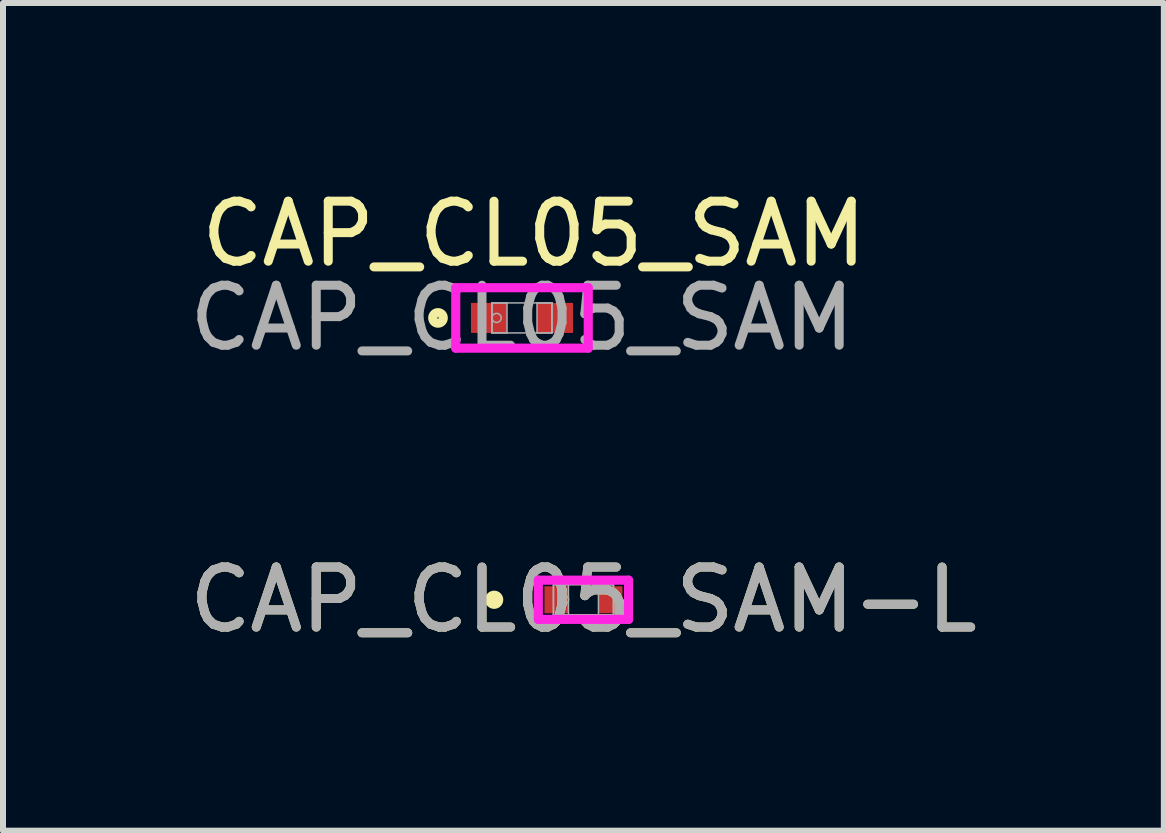
<source format=kicad_pcb>
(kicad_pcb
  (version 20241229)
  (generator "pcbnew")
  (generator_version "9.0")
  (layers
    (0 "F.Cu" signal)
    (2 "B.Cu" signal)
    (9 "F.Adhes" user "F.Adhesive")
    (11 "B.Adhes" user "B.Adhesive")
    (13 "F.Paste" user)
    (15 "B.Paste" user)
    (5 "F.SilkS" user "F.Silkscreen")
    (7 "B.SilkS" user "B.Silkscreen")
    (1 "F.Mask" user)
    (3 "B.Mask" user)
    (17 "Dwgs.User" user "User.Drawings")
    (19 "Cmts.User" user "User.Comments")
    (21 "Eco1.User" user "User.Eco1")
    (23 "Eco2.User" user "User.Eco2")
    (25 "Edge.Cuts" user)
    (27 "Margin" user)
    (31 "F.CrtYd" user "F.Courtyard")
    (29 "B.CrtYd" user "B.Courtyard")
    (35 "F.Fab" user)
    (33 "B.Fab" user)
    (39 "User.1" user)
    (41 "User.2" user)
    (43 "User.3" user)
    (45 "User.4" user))
  (footprint "CAP_CL05_SAM-L"
    (layer "F.Cu")
    (at 6.673 6.945)
    (property "Reference" "CAP_CL05_SAM-L" (at 0 0 0) (unlocked yes) (layer "F.SilkS") (effects (font (size 1 1) (thickness 0.15))))
    (attr smd)
    (fp_circle (center -1.488 0) (end -1.412 0) (stroke (width 0.152) (type solid)) (fill no) (layer "F.SilkS"))
    (fp_line (start -0.752 -0.327) (end 0.752 -0.327) (stroke (width 0.152) (type solid)) (layer "F.CrtYd"))
    (fp_line (start -0.752 0.327) (end -0.752 -0.327) (stroke (width 0.152) (type solid)) (layer "F.CrtYd"))
    (fp_line (start 0.752 -0.327) (end 0.752 0.327) (stroke (width 0.152) (type solid)) (layer "F.CrtYd"))
    (fp_line (start 0.752 0.327) (end -0.752 0.327) (stroke (width 0.152) (type solid)) (layer "F.CrtYd"))
    (fp_line (start -0.5 -0.25) (end -0.5 0.25) (stroke (width 0.025) (type solid)) (layer "F.Fab"))
    (fp_line (start -0.5 -0.25) (end -0.5 0.25) (stroke (width 0.025) (type solid)) (layer "F.Fab"))
    (fp_line (start -0.5 0.25) (end -0.25 0.25) (stroke (width 0.025) (type solid)) (layer "F.Fab"))
    (fp_line (start -0.5 0.25) (end 0.5 0.25) (stroke (width 0.025) (type solid)) (layer "F.Fab"))
    (fp_line (start -0.25 -0.25) (end -0.5 -0.25) (stroke (width 0.025) (type solid)) (layer "F.Fab"))
    (fp_line (start -0.25 0.25) (end -0.25 -0.25) (stroke (width 0.025) (type solid)) (layer "F.Fab"))
    (fp_line (start 0.25 -0.25) (end 0.25 0.25) (stroke (width 0.025) (type solid)) (layer "F.Fab"))
    (fp_line (start 0.25 0.25) (end 0.5 0.25) (stroke (width 0.025) (type solid)) (layer "F.Fab"))
    (fp_line (start 0.5 -0.25) (end -0.5 -0.25) (stroke (width 0.025) (type solid)) (layer "F.Fab"))
    (fp_line (start 0.5 -0.25) (end 0.25 -0.25) (stroke (width 0.025) (type solid)) (layer "F.Fab"))
    (fp_line (start 0.5 0.25) (end 0.5 -0.25) (stroke (width 0.025) (type solid)) (layer "F.Fab"))
    (fp_line (start 0.5 0.25) (end 0.5 -0.25) (stroke (width 0.025) (type solid)) (layer "F.Fab"))
    (fp_circle (center -0.323 0) (end -0.247 0) (stroke (width 0.025) (type solid)) (fill no) (layer "F.Fab"))
    (fp_text user "${REFERENCE}" (at 0 0 0) (unlocked yes) (layer "F.Fab") (effects (font (size 1 1) (thickness 0.15))))
    (pad "1" smd rect (at -0.45 0) (size 0.4 0.45) (layers "F.Cu" "F.Mask" "F.Paste"))
    (pad "2" smd rect (at 0.45 0) (size 0.4 0.45) (layers "F.Cu" "F.Mask" "F.Paste"))
    (zone (net_name "") (layer "F.Cu") (hatch full 0.508) (connect_pads) (min_thickness 0.254) (filled_areas_thickness no) (keepout (tracks not_allowed) (vias not_allowed) (pads allowed) (copperpour not_allowed) (footprints allowed)) (placement (enabled no)) (fill) (polygon (pts (xy 6.473 6.746) (xy 6.872 6.746) (xy 6.872 7.144) (xy 6.473 7.144)))))
  (footprint "CAP_CL05_SAM"
    (layer "F.Cu")
    (at 5.649 2.248)
    (property "Reference" "CAP_CL05_SAM" (at 0.2 -1.4 0) (unlocked yes) (layer "F.SilkS") (effects (font (size 1 1) (thickness 0.15))))
    (attr smd)
    (fp_circle (center -1.4 0) (end -1.412 0) (stroke (width 0.152) (type solid)) (fill no) (layer "F.SilkS"))
    (fp_line (start -1.104 -0.504) (end 1.104 -0.504) (stroke (width 0.152) (type solid)) (layer "F.CrtYd"))
    (fp_line (start -1.104 0.504) (end -1.104 -0.504) (stroke (width 0.152) (type solid)) (layer "F.CrtYd"))
    (fp_line (start 1.104 -0.504) (end 1.104 0.504) (stroke (width 0.152) (type solid)) (layer "F.CrtYd"))
    (fp_line (start 1.104 0.504) (end -1.104 0.504) (stroke (width 0.152) (type solid)) (layer "F.CrtYd"))
    (fp_line (start -0.5 -0.25) (end -0.5 0.25) (stroke (width 0.025) (type solid)) (layer "F.Fab"))
    (fp_line (start -0.5 -0.25) (end -0.5 0.25) (stroke (width 0.025) (type solid)) (layer "F.Fab"))
    (fp_line (start -0.5 0.25) (end -0.25 0.25) (stroke (width 0.025) (type solid)) (layer "F.Fab"))
    (fp_line (start -0.5 0.25) (end 0.5 0.25) (stroke (width 0.025) (type solid)) (layer "F.Fab"))
    (fp_line (start -0.25 -0.25) (end -0.5 -0.25) (stroke (width 0.025) (type solid)) (layer "F.Fab"))
    (fp_line (start -0.25 0.25) (end -0.25 -0.25) (stroke (width 0.025) (type solid)) (layer "F.Fab"))
    (fp_line (start 0.25 -0.25) (end 0.25 0.25) (stroke (width 0.025) (type solid)) (layer "F.Fab"))
    (fp_line (start 0.25 0.25) (end 0.5 0.25) (stroke (width 0.025) (type solid)) (layer "F.Fab"))
    (fp_line (start 0.5 -0.25) (end -0.5 -0.25) (stroke (width 0.025) (type solid)) (layer "F.Fab"))
    (fp_line (start 0.5 -0.25) (end 0.25 -0.25) (stroke (width 0.025) (type solid)) (layer "F.Fab"))
    (fp_line (start 0.5 0.25) (end 0.5 -0.25) (stroke (width 0.025) (type solid)) (layer "F.Fab"))
    (fp_line (start 0.5 0.25) (end 0.5 -0.25) (stroke (width 0.025) (type solid)) (layer "F.Fab"))
    (fp_circle (center -0.423 0) (end -0.347 0) (stroke (width 0.025) (type solid)) (fill no) (layer "F.Fab"))
    (fp_text user "${REFERENCE}" (at 0 0 0) (unlocked yes) (layer "F.Fab") (effects (font (size 1 1) (thickness 0.15))))
    (pad "1" smd rect (at -0.55 0) (size 0.6 0.5) (layers "F.Cu" "F.Mask" "F.Paste"))
    (pad "2" smd rect (at 0.55 0) (size 0.6 0.5) (layers "F.Cu" "F.Mask" "F.Paste"))
    (zone (net_name "") (layer "F.Cu") (hatch full 0.508) (connect_pads) (min_thickness 0.254) (filled_areas_thickness no) (keepout (tracks not_allowed) (vias not_allowed) (pads allowed) (copperpour not_allowed) (footprints allowed)) (placement (enabled no)) (fill) (polygon (pts (xy 5.45 2.049) (xy 5.848 2.049) (xy 5.848 2.447) (xy 5.45 2.447)))))
  (gr_rect
    (start -3 -3)
    (end 16.345 10.793)
    (stroke (width 0.1) (type default))
    (fill no)
    (layer "Edge.Cuts")))
</source>
